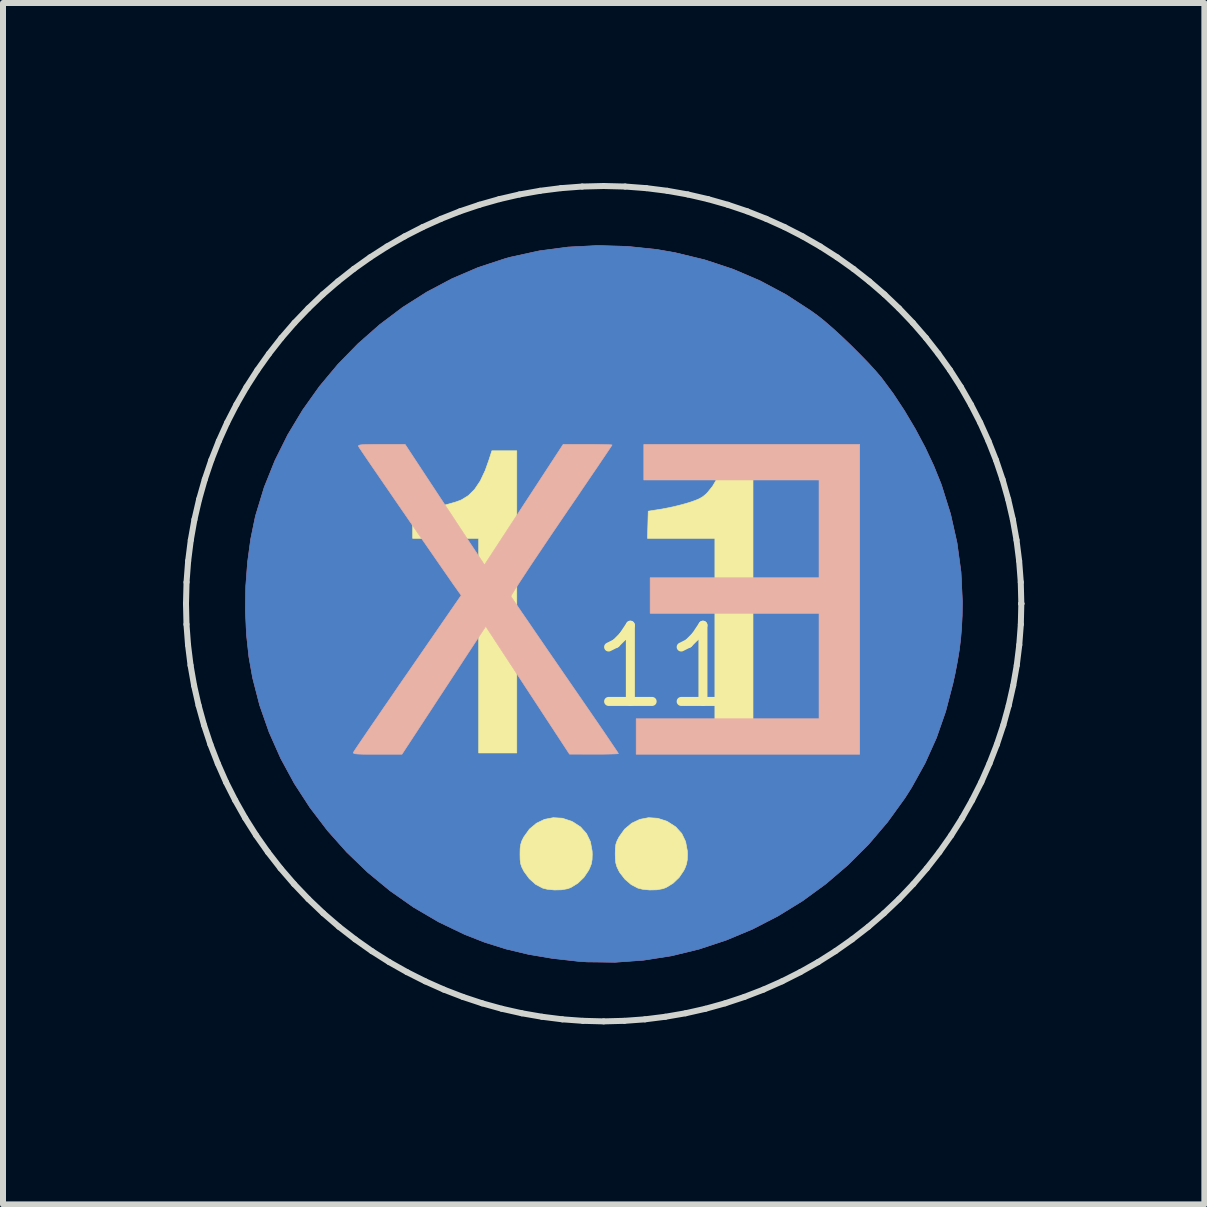
<source format=kicad_pcb>
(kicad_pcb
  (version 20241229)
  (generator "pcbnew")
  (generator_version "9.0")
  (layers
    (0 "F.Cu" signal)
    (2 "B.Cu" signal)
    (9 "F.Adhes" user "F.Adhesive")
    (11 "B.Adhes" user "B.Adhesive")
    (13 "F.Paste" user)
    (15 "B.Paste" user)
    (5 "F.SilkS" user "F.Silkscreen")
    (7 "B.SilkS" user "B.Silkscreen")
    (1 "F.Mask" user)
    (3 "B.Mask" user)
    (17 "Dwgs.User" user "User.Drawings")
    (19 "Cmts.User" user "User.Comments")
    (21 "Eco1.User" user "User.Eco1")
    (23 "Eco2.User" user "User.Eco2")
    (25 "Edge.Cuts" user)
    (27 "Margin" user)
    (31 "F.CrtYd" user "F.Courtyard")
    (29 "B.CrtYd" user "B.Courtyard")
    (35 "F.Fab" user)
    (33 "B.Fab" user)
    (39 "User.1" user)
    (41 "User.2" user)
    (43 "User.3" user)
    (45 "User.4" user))
  (footprint "11"
    (layer "F.Cu")
    (at 8.061 8.061)
    (property "Reference" "11" (at 0 0 0) (layer "F.SilkS") (effects (font (size 1.27 1.27) (thickness 0.15))))
    (attr through_hole)
    (fp_poly (pts (xy -0.654 -7.004) (xy -0.162 -6.952) (xy 0.141 -6.899) (xy 0.632 -6.78) (xy 1.104 -6.624) (xy 1.555 -6.431) (xy 1.988 -6.2) (xy 2.402 -5.931) (xy 2.517 -5.848) (xy 2.632 -5.756) (xy 2.767 -5.639) (xy 2.914 -5.505) (xy 3.067 -5.359) (xy 3.217 -5.209) (xy 3.358 -5.064) (xy 3.482 -4.928) (xy 3.582 -4.811) (xy 3.586 -4.805) (xy 3.776 -4.549) (xy 3.963 -4.265) (xy 4.143 -3.962) (xy 4.308 -3.652) (xy 4.452 -3.345) (xy 4.57 -3.053) (xy 4.58 -3.026) (xy 4.731 -2.544) (xy 4.839 -2.062) (xy 4.905 -1.577) (xy 4.928 -1.09) (xy 4.925 -0.857) (xy 4.915 -0.654) (xy 4.9 -0.468) (xy 4.878 -0.286) (xy 4.847 -0.096) (xy 4.807 0.113) (xy 4.771 0.278) (xy 4.65 0.744) (xy 4.496 1.186) (xy 4.307 1.607) (xy 4.082 2.013) (xy 3.971 2.188) (xy 3.683 2.587) (xy 3.366 2.96) (xy 3.022 3.304) (xy 2.654 3.619) (xy 2.265 3.903) (xy 1.856 4.155) (xy 1.431 4.374) (xy 0.991 4.558) (xy 0.54 4.707) (xy 0.08 4.819) (xy -0.387 4.892) (xy -0.858 4.926) (xy -1.331 4.92) (xy -1.482 4.909) (xy -1.908 4.861) (xy -2.303 4.794) (xy -2.676 4.705) (xy -3.033 4.593) (xy -3.365 4.463) (xy -3.8 4.254) (xy -4.217 4.01) (xy -4.612 3.733) (xy -4.984 3.426) (xy -5.331 3.092) (xy -5.651 2.733) (xy -5.943 2.35) (xy -6.204 1.948) (xy -6.432 1.528) (xy -6.625 1.093) (xy -6.782 0.645) (xy -6.9 0.187) (xy -6.962 -0.162) (xy -7.003 -0.543) (xy -7.02 -0.94) (xy -7.014 -1.343) (xy -6.984 -1.742) (xy -6.932 -2.126) (xy -6.858 -2.485) (xy -6.847 -2.529) (xy -6.707 -2.989) (xy -6.528 -3.435) (xy -6.314 -3.865) (xy -6.066 -4.277) (xy -5.787 -4.669) (xy -5.479 -5.038) (xy -5.143 -5.382) (xy -4.783 -5.699) (xy -4.401 -5.987) (xy -3.997 -6.243) (xy -3.576 -6.466) (xy -3.139 -6.653) (xy -2.688 -6.801) (xy -2.596 -6.826) (xy -2.124 -6.929) (xy -1.64 -6.993) (xy -1.148 -7.018) (xy -0.654 -7.004)) (stroke (width 0.01) (type solid)) (fill yes) (layer "F.Cu"))
    (fp_poly (pts (xy -0.654 -7.004) (xy -0.162 -6.952) (xy 0.141 -6.899) (xy 0.632 -6.78) (xy 1.104 -6.624) (xy 1.555 -6.431) (xy 1.988 -6.2) (xy 2.402 -5.931) (xy 2.517 -5.848) (xy 2.632 -5.756) (xy 2.767 -5.639) (xy 2.914 -5.505) (xy 3.067 -5.359) (xy 3.217 -5.209) (xy 3.358 -5.064) (xy 3.482 -4.928) (xy 3.582 -4.811) (xy 3.586 -4.805) (xy 3.776 -4.549) (xy 3.963 -4.265) (xy 4.143 -3.962) (xy 4.308 -3.652) (xy 4.452 -3.345) (xy 4.57 -3.053) (xy 4.58 -3.026) (xy 4.731 -2.544) (xy 4.839 -2.062) (xy 4.905 -1.577) (xy 4.928 -1.09) (xy 4.925 -0.857) (xy 4.915 -0.654) (xy 4.9 -0.468) (xy 4.878 -0.286) (xy 4.847 -0.096) (xy 4.807 0.113) (xy 4.771 0.278) (xy 4.65 0.744) (xy 4.496 1.186) (xy 4.307 1.607) (xy 4.082 2.013) (xy 3.971 2.188) (xy 3.683 2.587) (xy 3.366 2.96) (xy 3.022 3.304) (xy 2.654 3.619) (xy 2.265 3.903) (xy 1.856 4.155) (xy 1.431 4.374) (xy 0.991 4.558) (xy 0.54 4.707) (xy 0.08 4.819) (xy -0.387 4.892) (xy -0.858 4.926) (xy -1.331 4.92) (xy -1.482 4.909) (xy -1.908 4.861) (xy -2.303 4.794) (xy -2.676 4.705) (xy -3.033 4.593) (xy -3.365 4.463) (xy -3.8 4.254) (xy -4.217 4.01) (xy -4.612 3.733) (xy -4.984 3.426) (xy -5.331 3.092) (xy -5.651 2.733) (xy -5.943 2.35) (xy -6.204 1.948) (xy -6.432 1.528) (xy -6.625 1.093) (xy -6.782 0.645) (xy -6.9 0.187) (xy -6.962 -0.162) (xy -7.003 -0.543) (xy -7.02 -0.94) (xy -7.014 -1.343) (xy -6.984 -1.742) (xy -6.932 -2.126) (xy -6.858 -2.485) (xy -6.847 -2.529) (xy -6.707 -2.989) (xy -6.528 -3.435) (xy -6.314 -3.865) (xy -6.066 -4.277) (xy -5.787 -4.669) (xy -5.479 -5.038) (xy -5.143 -5.382) (xy -4.783 -5.699) (xy -4.401 -5.987) (xy -3.997 -6.243) (xy -3.576 -6.466) (xy -3.139 -6.653) (xy -2.688 -6.801) (xy -2.596 -6.826) (xy -2.124 -6.929) (xy -1.64 -6.993) (xy -1.148 -7.018) (xy -0.654 -7.004)) (stroke (width 0.01) (type solid)) (fill yes) (layer "B.Cu"))
    (fp_poly (pts (xy -2.498 1.439) (xy -3.133 1.439) (xy -3.133 -2.138) (xy -4.233 -2.138) (xy -4.233 -2.598) (xy -4.111 -2.612) (xy -4.001 -2.628) (xy -3.873 -2.653) (xy -3.74 -2.683) (xy -3.613 -2.716) (xy -3.504 -2.748) (xy -3.425 -2.778) (xy -3.422 -2.779) (xy -3.304 -2.852) (xy -3.2 -2.956) (xy -3.107 -3.094) (xy -3.024 -3.27) (xy -2.962 -3.445) (xy -2.913 -3.598) (xy -2.498 -3.598) (xy -2.498 1.439)) (stroke (width 0.01) (type solid)) (fill yes) (layer "F.SilkS"))
    (fp_poly (pts (xy 1.439 1.439) (xy 0.804 1.439) (xy 0.804 -2.138) (xy -0.319 -2.138) (xy -0.307 -2.591) (xy -0.074 -2.628) (xy 0.051 -2.652) (xy 0.19 -2.684) (xy 0.32 -2.719) (xy 0.37 -2.734) (xy 0.473 -2.769) (xy 0.547 -2.8) (xy 0.604 -2.834) (xy 0.655 -2.876) (xy 0.679 -2.9) (xy 0.766 -3.008) (xy 0.849 -3.151) (xy 0.924 -3.323) (xy 0.965 -3.44) (xy 1.012 -3.588) (xy 1.439 -3.6) (xy 1.439 1.439)) (stroke (width 0.01) (type solid)) (fill yes) (layer "F.SilkS"))
    (fp_poly (pts (xy -1.738 2.526) (xy -1.587 2.576) (xy -1.57 2.584) (xy -1.435 2.671) (xy -1.336 2.782) (xy -1.271 2.916) (xy -1.242 3.073) (xy -1.24 3.125) (xy -1.243 3.217) (xy -1.256 3.289) (xy -1.284 3.361) (xy -1.303 3.399) (xy -1.38 3.513) (xy -1.481 3.61) (xy -1.595 3.68) (xy -1.65 3.701) (xy -1.752 3.719) (xy -1.872 3.722) (xy -1.99 3.71) (xy -2.066 3.691) (xy -2.183 3.629) (xy -2.289 3.534) (xy -2.377 3.414) (xy -2.382 3.405) (xy -2.415 3.34) (xy -2.434 3.283) (xy -2.442 3.217) (xy -2.444 3.126) (xy -2.444 3.122) (xy -2.442 3.029) (xy -2.432 2.961) (xy -2.413 2.902) (xy -2.381 2.839) (xy -2.287 2.708) (xy -2.17 2.61) (xy -2.036 2.545) (xy -1.89 2.517) (xy -1.738 2.526)) (stroke (width 0.01) (type solid)) (fill yes) (layer "F.SilkS"))
    (fp_poly (pts (xy -0.149 2.527) (xy 0.002 2.576) (xy 0.017 2.584) (xy 0.152 2.671) (xy 0.252 2.782) (xy 0.316 2.916) (xy 0.345 3.073) (xy 0.347 3.125) (xy 0.344 3.217) (xy 0.331 3.289) (xy 0.304 3.361) (xy 0.285 3.399) (xy 0.208 3.513) (xy 0.107 3.61) (xy -0.008 3.68) (xy -0.063 3.701) (xy -0.164 3.719) (xy -0.285 3.722) (xy -0.402 3.71) (xy -0.479 3.691) (xy -0.59 3.633) (xy -0.694 3.544) (xy -0.779 3.435) (xy -0.799 3.4) (xy -0.83 3.334) (xy -0.848 3.271) (xy -0.855 3.196) (xy -0.857 3.122) (xy -0.855 3.03) (xy -0.847 2.963) (xy -0.828 2.906) (xy -0.795 2.841) (xy -0.794 2.839) (xy -0.7 2.708) (xy -0.582 2.609) (xy -0.447 2.545) (xy -0.301 2.517) (xy -0.149 2.527)) (stroke (width 0.01) (type solid)) (fill yes) (layer "F.SilkS"))
    (fp_poly (pts (xy 3.217 1.46) (xy -0.508 1.46) (xy -0.508 0.868) (xy 2.54 0.868) (xy 2.54 -0.889) (xy -0.275 -0.889) (xy -0.275 -1.482) (xy 2.54 -1.482) (xy 2.54 -3.111) (xy -0.381 -3.111) (xy -0.381 -3.704) (xy 3.217 -3.704) (xy 3.217 1.46)) (stroke (width 0.01) (type solid)) (fill yes) (layer "B.SilkS"))
    (fp_poly (pts (xy -3.882 -2.979) (xy -3.77 -2.809) (xy -3.657 -2.638) (xy -3.548 -2.473) (xy -3.447 -2.319) (xy -3.357 -2.182) (xy -3.282 -2.068) (xy -3.226 -1.983) (xy -3.22 -1.975) (xy -3.036 -1.696) (xy -2.381 -2.7) (xy -1.725 -3.704) (xy -1.318 -3.704) (xy -1.192 -3.704) (xy -1.081 -3.702) (xy -0.993 -3.7) (xy -0.934 -3.698) (xy -0.91 -3.695) (xy -0.91 -3.695) (xy -0.922 -3.676) (xy -0.955 -3.626) (xy -1.009 -3.545) (xy -1.081 -3.439) (xy -1.169 -3.308) (xy -1.272 -3.157) (xy -1.387 -2.988) (xy -1.512 -2.803) (xy -1.647 -2.606) (xy -1.758 -2.443) (xy -1.898 -2.237) (xy -2.03 -2.041) (xy -2.153 -1.858) (xy -2.265 -1.691) (xy -2.363 -1.542) (xy -2.447 -1.414) (xy -2.514 -1.31) (xy -2.562 -1.234) (xy -2.589 -1.187) (xy -2.595 -1.173) (xy -2.582 -1.152) (xy -2.546 -1.098) (xy -2.49 -1.015) (xy -2.416 -0.906) (xy -2.325 -0.774) (xy -2.22 -0.62) (xy -2.102 -0.448) (xy -1.974 -0.261) (xy -1.836 -0.061) (xy -1.695 0.144) (xy -1.551 0.353) (xy -1.414 0.552) (xy -1.286 0.738) (xy -1.169 0.908) (xy -1.065 1.06) (xy -0.976 1.191) (xy -0.904 1.298) (xy -0.85 1.378) (xy -0.816 1.429) (xy -0.804 1.448) (xy -0.824 1.452) (xy -0.88 1.455) (xy -0.966 1.457) (xy -1.074 1.459) (xy -1.199 1.459) (xy -1.212 1.459) (xy -1.619 1.458) (xy -2.317 0.393) (xy -3.015 -0.672) (xy -3.281 -0.267) (xy -3.358 -0.15) (xy -3.453 -0.004) (xy -3.561 0.161) (xy -3.677 0.338) (xy -3.796 0.519) (xy -3.912 0.697) (xy -3.979 0.799) (xy -4.412 1.46) (xy -4.822 1.46) (xy -4.965 1.46) (xy -5.07 1.459) (xy -5.143 1.456) (xy -5.189 1.452) (xy -5.214 1.445) (xy -5.222 1.435) (xy -5.22 1.429) (xy -5.207 1.406) (xy -5.171 1.352) (xy -5.115 1.269) (xy -5.04 1.159) (xy -4.949 1.025) (xy -4.843 0.871) (xy -4.725 0.698) (xy -4.596 0.511) (xy -4.459 0.31) (xy -4.316 0.104) (xy -3.424 -1.189) (xy -3.465 -1.245) (xy -3.498 -1.292) (xy -3.551 -1.366) (xy -3.62 -1.466) (xy -3.705 -1.588) (xy -3.802 -1.728) (xy -3.909 -1.883) (xy -4.024 -2.049) (xy -4.144 -2.222) (xy -4.267 -2.401) (xy -4.39 -2.58) (xy -4.512 -2.757) (xy -4.629 -2.928) (xy -4.74 -3.089) (xy -4.842 -3.238) (xy -4.933 -3.37) (xy -5.009 -3.482) (xy -5.07 -3.572) (xy -5.112 -3.634) (xy -5.133 -3.667) (xy -5.135 -3.67) (xy -5.136 -3.682) (xy -5.124 -3.691) (xy -5.095 -3.697) (xy -5.043 -3.701) (xy -4.963 -3.703) (xy -4.849 -3.704) (xy -4.753 -3.704) (xy -4.359 -3.704) (xy -3.882 -2.979)) (stroke (width 0.01) (type solid)) (fill yes) (layer "B.SilkS"))
    (fp_line (start -8.011 -1.05) (end -8.002 -1.408) (stroke (width 0.1) (type solid)) (layer "Edge.Cuts"))
    (fp_line (start -8.003 -0.705) (end -8.011 -1.05) (stroke (width 0.1) (type solid)) (layer "Edge.Cuts"))
    (fp_line (start -8.002 -1.408) (end -7.975 -1.762) (stroke (width 0.1) (type solid)) (layer "Edge.Cuts"))
    (fp_line (start -7.977 -0.362) (end -8.003 -0.705) (stroke (width 0.1) (type solid)) (layer "Edge.Cuts"))
    (fp_line (start -7.975 -1.762) (end -7.931 -2.11) (stroke (width 0.1) (type solid)) (layer "Edge.Cuts"))
    (fp_line (start -7.935 -0.022) (end -7.977 -0.362) (stroke (width 0.1) (type solid)) (layer "Edge.Cuts"))
    (fp_line (start -7.931 -2.11) (end -7.87 -2.453) (stroke (width 0.1) (type solid)) (layer "Edge.Cuts"))
    (fp_line (start -7.876 0.315) (end -7.935 -0.022) (stroke (width 0.1) (type solid)) (layer "Edge.Cuts"))
    (fp_line (start -7.87 -2.453) (end -7.792 -2.789) (stroke (width 0.1) (type solid)) (layer "Edge.Cuts"))
    (fp_line (start -7.801 0.647) (end -7.876 0.315) (stroke (width 0.1) (type solid)) (layer "Edge.Cuts"))
    (fp_line (start -7.792 -2.789) (end -7.698 -3.12) (stroke (width 0.1) (type solid)) (layer "Edge.Cuts"))
    (fp_line (start -7.71 0.975) (end -7.801 0.647) (stroke (width 0.1) (type solid)) (layer "Edge.Cuts"))
    (fp_line (start -7.698 -3.12) (end -7.589 -3.443) (stroke (width 0.1) (type solid)) (layer "Edge.Cuts"))
    (fp_line (start -7.604 1.297) (end -7.71 0.975) (stroke (width 0.1) (type solid)) (layer "Edge.Cuts"))
    (fp_line (start -7.589 -3.443) (end -7.464 -3.759) (stroke (width 0.1) (type solid)) (layer "Edge.Cuts"))
    (fp_line (start -7.481 1.614) (end -7.604 1.297) (stroke (width 0.1) (type solid)) (layer "Edge.Cuts"))
    (fp_line (start -7.464 -3.759) (end -7.325 -4.068) (stroke (width 0.1) (type solid)) (layer "Edge.Cuts"))
    (fp_line (start -7.344 1.925) (end -7.481 1.614) (stroke (width 0.1) (type solid)) (layer "Edge.Cuts"))
    (fp_line (start -7.325 -4.068) (end -7.171 -4.368) (stroke (width 0.1) (type solid)) (layer "Edge.Cuts"))
    (fp_line (start -7.191 2.228) (end -7.344 1.925) (stroke (width 0.1) (type solid)) (layer "Edge.Cuts"))
    (fp_line (start -7.171 -4.368) (end -7.003 -4.66) (stroke (width 0.1) (type solid)) (layer "Edge.Cuts"))
    (fp_line (start -7.024 2.524) (end -7.191 2.228) (stroke (width 0.1) (type solid)) (layer "Edge.Cuts"))
    (fp_line (start -7.003 -4.66) (end -6.822 -4.942) (stroke (width 0.1) (type solid)) (layer "Edge.Cuts"))
    (fp_line (start -6.842 2.812) (end -7.024 2.524) (stroke (width 0.1) (type solid)) (layer "Edge.Cuts"))
    (fp_line (start -6.822 -4.942) (end -6.628 -5.215) (stroke (width 0.1) (type solid)) (layer "Edge.Cuts"))
    (fp_line (start -6.645 3.092) (end -6.842 2.812) (stroke (width 0.1) (type solid)) (layer "Edge.Cuts"))
    (fp_line (start -6.628 -5.215) (end -6.422 -5.478) (stroke (width 0.1) (type solid)) (layer "Edge.Cuts"))
    (fp_line (start -6.435 3.362) (end -6.645 3.092) (stroke (width 0.1) (type solid)) (layer "Edge.Cuts"))
    (fp_line (start -6.422 -5.478) (end -6.203 -5.731) (stroke (width 0.1) (type solid)) (layer "Edge.Cuts"))
    (fp_line (start -6.21 3.623) (end -6.435 3.362) (stroke (width 0.1) (type solid)) (layer "Edge.Cuts"))
    (fp_line (start -6.203 -5.731) (end -5.972 -5.972) (stroke (width 0.1) (type solid)) (layer "Edge.Cuts"))
    (fp_line (start -5.972 -5.972) (end -5.731 -6.203) (stroke (width 0.1) (type solid)) (layer "Edge.Cuts"))
    (fp_line (start -5.972 3.873) (end -6.21 3.623) (stroke (width 0.1) (type solid)) (layer "Edge.Cuts"))
    (fp_line (start -5.731 -6.203) (end -5.478 -6.421) (stroke (width 0.1) (type solid)) (layer "Edge.Cuts"))
    (fp_line (start -5.722 4.111) (end -5.972 3.873) (stroke (width 0.1) (type solid)) (layer "Edge.Cuts"))
    (fp_line (start -5.478 -6.421) (end -5.215 -6.628) (stroke (width 0.1) (type solid)) (layer "Edge.Cuts"))
    (fp_line (start -5.462 4.335) (end -5.722 4.111) (stroke (width 0.1) (type solid)) (layer "Edge.Cuts"))
    (fp_line (start -5.215 -6.628) (end -4.942 -6.822) (stroke (width 0.1) (type solid)) (layer "Edge.Cuts"))
    (fp_line (start -5.191 4.545) (end -5.462 4.335) (stroke (width 0.1) (type solid)) (layer "Edge.Cuts"))
    (fp_line (start -4.942 -6.822) (end -4.66 -7.003) (stroke (width 0.1) (type solid)) (layer "Edge.Cuts"))
    (fp_line (start -4.912 4.742) (end -5.191 4.545) (stroke (width 0.1) (type solid)) (layer "Edge.Cuts"))
    (fp_line (start -4.66 -7.003) (end -4.368 -7.171) (stroke (width 0.1) (type solid)) (layer "Edge.Cuts"))
    (fp_line (start -4.624 4.924) (end -4.912 4.742) (stroke (width 0.1) (type solid)) (layer "Edge.Cuts"))
    (fp_line (start -4.368 -7.171) (end -4.068 -7.325) (stroke (width 0.1) (type solid)) (layer "Edge.Cuts"))
    (fp_line (start -4.328 5.091) (end -4.624 4.924) (stroke (width 0.1) (type solid)) (layer "Edge.Cuts"))
    (fp_line (start -4.068 -7.325) (end -3.76 -7.464) (stroke (width 0.1) (type solid)) (layer "Edge.Cuts"))
    (fp_line (start -4.024 5.244) (end -4.328 5.091) (stroke (width 0.1) (type solid)) (layer "Edge.Cuts"))
    (fp_line (start -3.76 -7.464) (end -3.444 -7.589) (stroke (width 0.1) (type solid)) (layer "Edge.Cuts"))
    (fp_line (start -3.714 5.382) (end -4.024 5.244) (stroke (width 0.1) (type solid)) (layer "Edge.Cuts"))
    (fp_line (start -3.444 -7.589) (end -3.12 -7.698) (stroke (width 0.1) (type solid)) (layer "Edge.Cuts"))
    (fp_line (start -3.397 5.504) (end -3.714 5.382) (stroke (width 0.1) (type solid)) (layer "Edge.Cuts"))
    (fp_line (start -3.12 -7.698) (end -2.79 -7.792) (stroke (width 0.1) (type solid)) (layer "Edge.Cuts"))
    (fp_line (start -3.075 5.611) (end -3.397 5.504) (stroke (width 0.1) (type solid)) (layer "Edge.Cuts"))
    (fp_line (start -2.79 -7.792) (end -2.453 -7.87) (stroke (width 0.1) (type solid)) (layer "Edge.Cuts"))
    (fp_line (start -2.747 5.702) (end -3.075 5.611) (stroke (width 0.1) (type solid)) (layer "Edge.Cuts"))
    (fp_line (start -2.453 -7.87) (end -2.11 -7.931) (stroke (width 0.1) (type solid)) (layer "Edge.Cuts"))
    (fp_line (start -2.414 5.777) (end -2.747 5.702) (stroke (width 0.1) (type solid)) (layer "Edge.Cuts"))
    (fp_line (start -2.11 -7.931) (end -1.762 -7.975) (stroke (width 0.1) (type solid)) (layer "Edge.Cuts"))
    (fp_line (start -2.078 5.835) (end -2.414 5.777) (stroke (width 0.1) (type solid)) (layer "Edge.Cuts"))
    (fp_line (start -1.762 -7.975) (end -1.408 -8.002) (stroke (width 0.1) (type solid)) (layer "Edge.Cuts"))
    (fp_line (start -1.738 5.878) (end -2.078 5.835) (stroke (width 0.1) (type solid)) (layer "Edge.Cuts"))
    (fp_line (start -1.408 -8.002) (end -1.05 -8.011) (stroke (width 0.1) (type solid)) (layer "Edge.Cuts"))
    (fp_line (start -1.395 5.903) (end -1.738 5.878) (stroke (width 0.1) (type solid)) (layer "Edge.Cuts"))
    (fp_line (start -1.05 -8.011) (end -0.692 -8.002) (stroke (width 0.1) (type solid)) (layer "Edge.Cuts"))
    (fp_line (start -1.05 5.912) (end -1.395 5.903) (stroke (width 0.1) (type solid)) (layer "Edge.Cuts"))
    (fp_line (start -0.705 5.903) (end -1.05 5.912) (stroke (width 0.1) (type solid)) (layer "Edge.Cuts"))
    (fp_line (start -0.692 -8.002) (end -0.338 -7.975) (stroke (width 0.1) (type solid)) (layer "Edge.Cuts"))
    (fp_line (start -0.362 5.878) (end -0.705 5.903) (stroke (width 0.1) (type solid)) (layer "Edge.Cuts"))
    (fp_line (start -0.338 -7.975) (end 0.01 -7.931) (stroke (width 0.1) (type solid)) (layer "Edge.Cuts"))
    (fp_line (start -0.022 5.835) (end -0.362 5.878) (stroke (width 0.1) (type solid)) (layer "Edge.Cuts"))
    (fp_line (start 0.01 -7.931) (end 0.353 -7.87) (stroke (width 0.1) (type solid)) (layer "Edge.Cuts"))
    (fp_line (start 0.315 5.777) (end -0.022 5.835) (stroke (width 0.1) (type solid)) (layer "Edge.Cuts"))
    (fp_line (start 0.353 -7.87) (end 0.69 -7.792) (stroke (width 0.1) (type solid)) (layer "Edge.Cuts"))
    (fp_line (start 0.647 5.702) (end 0.315 5.777) (stroke (width 0.1) (type solid)) (layer "Edge.Cuts"))
    (fp_line (start 0.69 -7.792) (end 1.02 -7.698) (stroke (width 0.1) (type solid)) (layer "Edge.Cuts"))
    (fp_line (start 0.975 5.611) (end 0.647 5.702) (stroke (width 0.1) (type solid)) (layer "Edge.Cuts"))
    (fp_line (start 1.02 -7.698) (end 1.344 -7.589) (stroke (width 0.1) (type solid)) (layer "Edge.Cuts"))
    (fp_line (start 1.297 5.504) (end 0.975 5.611) (stroke (width 0.1) (type solid)) (layer "Edge.Cuts"))
    (fp_line (start 1.344 -7.589) (end 1.66 -7.464) (stroke (width 0.1) (type solid)) (layer "Edge.Cuts"))
    (fp_line (start 1.614 5.382) (end 1.297 5.504) (stroke (width 0.1) (type solid)) (layer "Edge.Cuts"))
    (fp_line (start 1.66 -7.464) (end 1.968 -7.325) (stroke (width 0.1) (type solid)) (layer "Edge.Cuts"))
    (fp_line (start 1.925 5.244) (end 1.614 5.382) (stroke (width 0.1) (type solid)) (layer "Edge.Cuts"))
    (fp_line (start 1.968 -7.325) (end 2.268 -7.171) (stroke (width 0.1) (type solid)) (layer "Edge.Cuts"))
    (fp_line (start 2.228 5.091) (end 1.925 5.244) (stroke (width 0.1) (type solid)) (layer "Edge.Cuts"))
    (fp_line (start 2.268 -7.171) (end 2.56 -7.003) (stroke (width 0.1) (type solid)) (layer "Edge.Cuts"))
    (fp_line (start 2.524 4.924) (end 2.228 5.091) (stroke (width 0.1) (type solid)) (layer "Edge.Cuts"))
    (fp_line (start 2.56 -7.003) (end 2.842 -6.822) (stroke (width 0.1) (type solid)) (layer "Edge.Cuts"))
    (fp_line (start 2.812 4.742) (end 2.524 4.924) (stroke (width 0.1) (type solid)) (layer "Edge.Cuts"))
    (fp_line (start 2.842 -6.822) (end 3.115 -6.628) (stroke (width 0.1) (type solid)) (layer "Edge.Cuts"))
    (fp_line (start 3.092 4.545) (end 2.812 4.742) (stroke (width 0.1) (type solid)) (layer "Edge.Cuts"))
    (fp_line (start 3.115 -6.628) (end 3.378 -6.421) (stroke (width 0.1) (type solid)) (layer "Edge.Cuts"))
    (fp_line (start 3.362 4.335) (end 3.092 4.545) (stroke (width 0.1) (type solid)) (layer "Edge.Cuts"))
    (fp_line (start 3.378 -6.421) (end 3.631 -6.203) (stroke (width 0.1) (type solid)) (layer "Edge.Cuts"))
    (fp_line (start 3.622 4.111) (end 3.362 4.335) (stroke (width 0.1) (type solid)) (layer "Edge.Cuts"))
    (fp_line (start 3.631 -6.203) (end 3.873 -5.972) (stroke (width 0.1) (type solid)) (layer "Edge.Cuts"))
    (fp_line (start 3.873 -5.972) (end 4.103 -5.731) (stroke (width 0.1) (type solid)) (layer "Edge.Cuts"))
    (fp_line (start 3.873 3.873) (end 3.622 4.111) (stroke (width 0.1) (type solid)) (layer "Edge.Cuts"))
    (fp_line (start 4.103 -5.731) (end 4.322 -5.478) (stroke (width 0.1) (type solid)) (layer "Edge.Cuts"))
    (fp_line (start 4.111 3.623) (end 3.873 3.873) (stroke (width 0.1) (type solid)) (layer "Edge.Cuts"))
    (fp_line (start 4.322 -5.478) (end 4.528 -5.215) (stroke (width 0.1) (type solid)) (layer "Edge.Cuts"))
    (fp_line (start 4.335 3.362) (end 4.111 3.623) (stroke (width 0.1) (type solid)) (layer "Edge.Cuts"))
    (fp_line (start 4.528 -5.215) (end 4.723 -4.942) (stroke (width 0.1) (type solid)) (layer "Edge.Cuts"))
    (fp_line (start 4.545 3.092) (end 4.335 3.362) (stroke (width 0.1) (type solid)) (layer "Edge.Cuts"))
    (fp_line (start 4.723 -4.942) (end 4.904 -4.66) (stroke (width 0.1) (type solid)) (layer "Edge.Cuts"))
    (fp_line (start 4.742 2.812) (end 4.545 3.092) (stroke (width 0.1) (type solid)) (layer "Edge.Cuts"))
    (fp_line (start 4.904 -4.66) (end 5.071 -4.368) (stroke (width 0.1) (type solid)) (layer "Edge.Cuts"))
    (fp_line (start 4.924 2.524) (end 4.742 2.812) (stroke (width 0.1) (type solid)) (layer "Edge.Cuts"))
    (fp_line (start 5.071 -4.368) (end 5.225 -4.068) (stroke (width 0.1) (type solid)) (layer "Edge.Cuts"))
    (fp_line (start 5.091 2.228) (end 4.924 2.524) (stroke (width 0.1) (type solid)) (layer "Edge.Cuts"))
    (fp_line (start 5.225 -4.068) (end 5.364 -3.759) (stroke (width 0.1) (type solid)) (layer "Edge.Cuts"))
    (fp_line (start 5.244 1.925) (end 5.091 2.228) (stroke (width 0.1) (type solid)) (layer "Edge.Cuts"))
    (fp_line (start 5.364 -3.759) (end 5.489 -3.443) (stroke (width 0.1) (type solid)) (layer "Edge.Cuts"))
    (fp_line (start 5.381 1.614) (end 5.244 1.925) (stroke (width 0.1) (type solid)) (layer "Edge.Cuts"))
    (fp_line (start 5.489 -3.443) (end 5.598 -3.12) (stroke (width 0.1) (type solid)) (layer "Edge.Cuts"))
    (fp_line (start 5.504 1.297) (end 5.381 1.614) (stroke (width 0.1) (type solid)) (layer "Edge.Cuts"))
    (fp_line (start 5.598 -3.12) (end 5.692 -2.789) (stroke (width 0.1) (type solid)) (layer "Edge.Cuts"))
    (fp_line (start 5.611 0.975) (end 5.504 1.297) (stroke (width 0.1) (type solid)) (layer "Edge.Cuts"))
    (fp_line (start 5.692 -2.789) (end 5.77 -2.453) (stroke (width 0.1) (type solid)) (layer "Edge.Cuts"))
    (fp_line (start 5.701 0.647) (end 5.611 0.975) (stroke (width 0.1) (type solid)) (layer "Edge.Cuts"))
    (fp_line (start 5.77 -2.453) (end 5.831 -2.11) (stroke (width 0.1) (type solid)) (layer "Edge.Cuts"))
    (fp_line (start 5.776 0.315) (end 5.701 0.647) (stroke (width 0.1) (type solid)) (layer "Edge.Cuts"))
    (fp_line (start 5.831 -2.11) (end 5.875 -1.762) (stroke (width 0.1) (type solid)) (layer "Edge.Cuts"))
    (fp_line (start 5.835 -0.022) (end 5.776 0.315) (stroke (width 0.1) (type solid)) (layer "Edge.Cuts"))
    (fp_line (start 5.875 -1.762) (end 5.902 -1.408) (stroke (width 0.1) (type solid)) (layer "Edge.Cuts"))
    (fp_line (start 5.877 -0.362) (end 5.835 -0.022) (stroke (width 0.1) (type solid)) (layer "Edge.Cuts"))
    (fp_line (start 5.902 -1.408) (end 5.911 -1.05) (stroke (width 0.1) (type solid)) (layer "Edge.Cuts"))
    (fp_line (start 5.903 -0.705) (end 5.877 -0.362) (stroke (width 0.1) (type solid)) (layer "Edge.Cuts"))
    (fp_line (start 5.911 -1.05) (end 5.903 -0.705) (stroke (width 0.1) (type solid)) (layer "Edge.Cuts"))
    (fp_line (start 5.911 -1.05) (end 5.911 -1.05) (stroke (width 0.1) (type solid)) (layer "Edge.Cuts"))
    (fp_line (start 5.911 -1.05) (end 5.911 -1.05) (stroke (width 0.1) (type solid)) (layer "Edge.Cuts")))
  (gr_rect
    (start -3 -3)
    (end 17.023 17.023)
    (stroke (width 0.1) (type default))
    (fill no)
    (layer "Edge.Cuts")))
</source>
